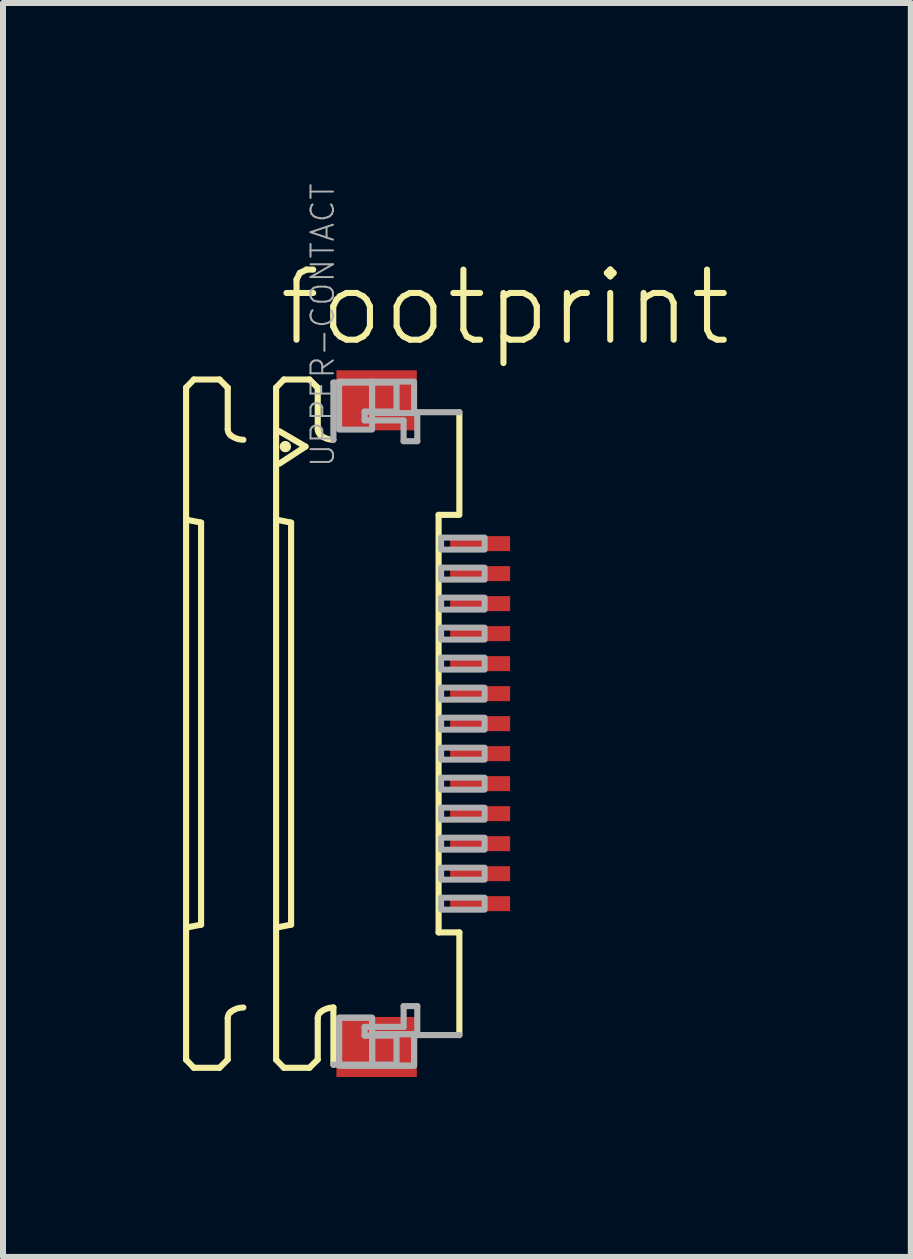
<source format=kicad_pcb>
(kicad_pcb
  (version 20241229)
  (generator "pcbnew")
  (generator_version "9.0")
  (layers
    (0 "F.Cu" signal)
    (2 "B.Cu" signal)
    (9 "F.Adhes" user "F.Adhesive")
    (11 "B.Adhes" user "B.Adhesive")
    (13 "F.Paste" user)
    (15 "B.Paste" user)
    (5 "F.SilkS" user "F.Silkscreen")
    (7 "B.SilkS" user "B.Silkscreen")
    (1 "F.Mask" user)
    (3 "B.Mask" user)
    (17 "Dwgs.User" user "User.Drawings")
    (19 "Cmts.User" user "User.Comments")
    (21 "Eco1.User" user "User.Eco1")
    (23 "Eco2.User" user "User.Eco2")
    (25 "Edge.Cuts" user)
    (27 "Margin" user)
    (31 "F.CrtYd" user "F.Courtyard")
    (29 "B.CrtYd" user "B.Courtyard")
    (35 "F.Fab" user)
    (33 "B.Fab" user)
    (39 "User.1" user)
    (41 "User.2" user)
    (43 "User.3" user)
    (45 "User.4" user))
  (footprint "footprint"
    (layer "F.Cu")
    (at 3.046 9.009)
    (property "Reference" "footprint" (at -1.5 -6.25 0) (layer "F.SilkS") (effects (font (size 1.168 1.168) (thickness 0.102)) (justify left bottom)))
    (fp_poly (pts (xy 1.355 -2.825) (xy 2.455 -2.825) (xy 2.455 -3.175) (xy 1.355 -3.175)) (stroke (width 0) (type solid)) (fill yes) (layer "F.Mask"))
    (fp_poly (pts (xy 1.355 -2.325) (xy 2.455 -2.325) (xy 2.455 -2.675) (xy 1.355 -2.675)) (stroke (width 0) (type solid)) (fill yes) (layer "F.Mask"))
    (fp_poly (pts (xy 1.355 -1.825) (xy 2.455 -1.825) (xy 2.455 -2.175) (xy 1.355 -2.175)) (stroke (width 0) (type solid)) (fill yes) (layer "F.Mask"))
    (fp_poly (pts (xy 1.355 -1.325) (xy 2.455 -1.325) (xy 2.455 -1.675) (xy 1.355 -1.675)) (stroke (width 0) (type solid)) (fill yes) (layer "F.Mask"))
    (fp_poly (pts (xy 1.355 -0.825) (xy 2.455 -0.825) (xy 2.455 -1.175) (xy 1.355 -1.175)) (stroke (width 0) (type solid)) (fill yes) (layer "F.Mask"))
    (fp_poly (pts (xy 1.355 -0.325) (xy 2.455 -0.325) (xy 2.455 -0.675) (xy 1.355 -0.675)) (stroke (width 0) (type solid)) (fill yes) (layer "F.Mask"))
    (fp_poly (pts (xy 1.355 0.175) (xy 2.455 0.175) (xy 2.455 -0.175) (xy 1.355 -0.175)) (stroke (width 0) (type solid)) (fill yes) (layer "F.Mask"))
    (fp_poly (pts (xy 1.355 0.675) (xy 2.455 0.675) (xy 2.455 0.325) (xy 1.355 0.325)) (stroke (width 0) (type solid)) (fill yes) (layer "F.Mask"))
    (fp_poly (pts (xy 1.355 1.175) (xy 2.455 1.175) (xy 2.455 0.825) (xy 1.355 0.825)) (stroke (width 0) (type solid)) (fill yes) (layer "F.Mask"))
    (fp_poly (pts (xy 1.355 1.675) (xy 2.455 1.675) (xy 2.455 1.325) (xy 1.355 1.325)) (stroke (width 0) (type solid)) (fill yes) (layer "F.Mask"))
    (fp_poly (pts (xy 1.355 2.175) (xy 2.455 2.175) (xy 2.455 1.825) (xy 1.355 1.825)) (stroke (width 0) (type solid)) (fill yes) (layer "F.Mask"))
    (fp_poly (pts (xy 1.355 2.675) (xy 2.455 2.675) (xy 2.455 2.325) (xy 1.355 2.325)) (stroke (width 0) (type solid)) (fill yes) (layer "F.Mask"))
    (fp_poly (pts (xy 1.355 3.175) (xy 2.455 3.175) (xy 2.455 2.825) (xy 1.355 2.825)) (stroke (width 0) (type solid)) (fill yes) (layer "F.Mask"))
    (fp_line (start -2.995 -5.6) (end -2.865 -5.735) (stroke (width 0.102) (type solid)) (layer "F.SilkS"))
    (fp_line (start -2.995 -3.4) (end -2.745 -3.35) (stroke (width 0.102) (type solid)) (layer "F.SilkS"))
    (fp_line (start -2.995 5.6) (end -2.995 -5.6) (stroke (width 0.102) (type solid)) (layer "F.SilkS"))
    (fp_line (start -2.995 5.6) (end -2.865 5.735) (stroke (width 0.102) (type solid)) (layer "F.SilkS"))
    (fp_line (start -2.865 -5.735) (end -2.438 -5.735) (stroke (width 0.102) (type solid)) (layer "F.SilkS"))
    (fp_line (start -2.865 5.735) (end -2.438 5.735) (stroke (width 0.102) (type solid)) (layer "F.SilkS"))
    (fp_line (start -2.745 3.35) (end -2.995 3.4) (stroke (width 0.102) (type solid)) (layer "F.SilkS"))
    (fp_line (start -2.745 3.35) (end -2.745 -3.35) (stroke (width 0.102) (type solid)) (layer "F.SilkS"))
    (fp_line (start -2.438 -5.735) (end -2.301 -5.598) (stroke (width 0.102) (type solid)) (layer "F.SilkS"))
    (fp_line (start -2.438 5.735) (end -2.301 5.598) (stroke (width 0.102) (type solid)) (layer "F.SilkS"))
    (fp_line (start -2.301 -5.598) (end -2.301 -4.906) (stroke (width 0.102) (type solid)) (layer "F.SilkS"))
    (fp_line (start -2.301 5.598) (end -2.301 4.906) (stroke (width 0.102) (type solid)) (layer "F.SilkS"))
    (fp_line (start -1.495 -5.6) (end -1.365 -5.735) (stroke (width 0.102) (type solid)) (layer "F.SilkS"))
    (fp_line (start -1.495 -3.4) (end -1.245 -3.35) (stroke (width 0.102) (type solid)) (layer "F.SilkS"))
    (fp_line (start -1.495 5.6) (end -1.495 -5.6) (stroke (width 0.102) (type solid)) (layer "F.SilkS"))
    (fp_line (start -1.495 5.6) (end -1.365 5.735) (stroke (width 0.102) (type solid)) (layer "F.SilkS"))
    (fp_line (start -1.441 -4.873) (end -1.005 -4.617) (stroke (width 0.102) (type solid)) (layer "F.SilkS"))
    (fp_line (start -1.365 -5.735) (end -0.939 -5.735) (stroke (width 0.102) (type solid)) (layer "F.SilkS"))
    (fp_line (start -1.365 5.735) (end -0.939 5.735) (stroke (width 0.102) (type solid)) (layer "F.SilkS"))
    (fp_line (start -1.245 3.35) (end -1.495 3.4) (stroke (width 0.102) (type solid)) (layer "F.SilkS"))
    (fp_line (start -1.245 3.35) (end -1.245 -3.35) (stroke (width 0.102) (type solid)) (layer "F.SilkS"))
    (fp_line (start -1.005 -4.617) (end -1.441 -4.332) (stroke (width 0.102) (type solid)) (layer "F.SilkS"))
    (fp_line (start -0.939 -5.735) (end -0.801 -5.598) (stroke (width 0.102) (type solid)) (layer "F.SilkS"))
    (fp_line (start -0.939 5.735) (end -0.801 5.598) (stroke (width 0.102) (type solid)) (layer "F.SilkS"))
    (fp_line (start -0.801 -5.598) (end -0.801 -4.906) (stroke (width 0.102) (type solid)) (layer "F.SilkS"))
    (fp_line (start -0.801 5.598) (end -0.801 4.906) (stroke (width 0.102) (type solid)) (layer "F.SilkS"))
    (fp_line (start -0.54 4.73) (end -0.54 5.683) (stroke (width 0.102) (type solid)) (layer "F.SilkS"))
    (fp_line (start 1.213 3.479) (end 1.213 -3.479) (stroke (width 0.102) (type solid)) (layer "F.SilkS"))
    (fp_line (start 1.538 -3.479) (end 1.213 -3.479) (stroke (width 0.102) (type solid)) (layer "F.SilkS"))
    (fp_line (start 1.559 -5.19) (end 1.559 -3.479) (stroke (width 0.102) (type solid)) (layer "F.SilkS"))
    (fp_line (start 1.559 3.479) (end 1.213 3.479) (stroke (width 0.102) (type solid)) (layer "F.SilkS"))
    (fp_line (start 1.559 5.19) (end 1.559 3.479) (stroke (width 0.102) (type solid)) (layer "F.SilkS"))
    (fp_arc (start -2.301 4.9057) (mid -2.288538 4.850596) (end -2.2536 4.806199) (stroke (width 0.1016) (type solid)) (layer "F.SilkS"))
    (fp_arc (start -2.2536 -4.806199) (mid -2.288538 -4.850596) (end -2.301 -4.9057) (stroke (width 0.1016) (type solid)) (layer "F.SilkS"))
    (fp_arc (start -2.2536 4.8062) (mid -2.153476 4.749935) (end -2.0403 4.730399) (stroke (width 0.1016) (type solid)) (layer "F.SilkS"))
    (fp_arc (start -2.0403 -4.730399) (mid -2.153476 -4.749935) (end -2.2536 -4.8062) (stroke (width 0.1016) (type solid)) (layer "F.SilkS"))
    (fp_arc (start -0.801 4.9057) (mid -0.788538 4.850596) (end -0.7536 4.806199) (stroke (width 0.1016) (type solid)) (layer "F.SilkS"))
    (fp_arc (start -0.7536 -4.806199) (mid -0.788538 -4.850596) (end -0.801 -4.9057) (stroke (width 0.1016) (type solid)) (layer "F.SilkS"))
    (fp_arc (start -0.7536 4.8062) (mid -0.653476 4.749935) (end -0.5403 4.730399) (stroke (width 0.1016) (type solid)) (layer "F.SilkS"))
    (fp_arc (start -0.5403 -4.730399) (mid -0.653476 -4.749935) (end -0.7536 -4.8062) (stroke (width 0.1016) (type solid)) (layer "F.SilkS"))
    (fp_circle (center -1.341 -4.617) (end -1.294 -4.617) (stroke (width 0.095) (type solid)) (fill yes) (layer "F.SilkS"))
    (fp_line (start -0.54 -5.683) (end 0.512 -5.683) (stroke (width 0.102) (type solid)) (layer "F.Fab"))
    (fp_line (start -0.54 -4.73) (end -0.54 -5.683) (stroke (width 0.102) (type solid)) (layer "F.Fab"))
    (fp_line (start -0.54 5.683) (end 0.512 5.683) (stroke (width 0.102) (type solid)) (layer "F.Fab"))
    (fp_line (start -0.019 -5.2) (end -0.019 -5.053) (stroke (width 0.102) (type solid)) (layer "F.Fab"))
    (fp_line (start -0.019 -5.053) (end 0.63 -5.053) (stroke (width 0.102) (type solid)) (layer "F.Fab"))
    (fp_line (start -0.019 5.053) (end 0.63 5.053) (stroke (width 0.102) (type solid)) (layer "F.Fab"))
    (fp_line (start -0.019 5.2) (end -0.019 5.053) (stroke (width 0.102) (type solid)) (layer "F.Fab"))
    (fp_line (start 0.512 -5.683) (end 0.512 -5.2) (stroke (width 0.102) (type solid)) (layer "F.Fab"))
    (fp_line (start 0.512 -5.2) (end -0.019 -5.2) (stroke (width 0.102) (type solid)) (layer "F.Fab"))
    (fp_line (start 0.512 5.2) (end -0.019 5.2) (stroke (width 0.102) (type solid)) (layer "F.Fab"))
    (fp_line (start 0.512 5.683) (end 0.512 5.2) (stroke (width 0.102) (type solid)) (layer "F.Fab"))
    (fp_line (start 0.63 -5.053) (end 0.63 -4.707) (stroke (width 0.102) (type solid)) (layer "F.Fab"))
    (fp_line (start 0.63 -4.707) (end 0.858 -4.707) (stroke (width 0.102) (type solid)) (layer "F.Fab"))
    (fp_line (start 0.63 4.707) (end 0.858 4.707) (stroke (width 0.102) (type solid)) (layer "F.Fab"))
    (fp_line (start 0.63 5.053) (end 0.63 4.707) (stroke (width 0.102) (type solid)) (layer "F.Fab"))
    (fp_line (start 0.858 -5.19) (end 1.559 -5.19) (stroke (width 0.102) (type solid)) (layer "F.Fab"))
    (fp_line (start 0.858 -4.707) (end 0.858 -5.19) (stroke (width 0.102) (type solid)) (layer "F.Fab"))
    (fp_line (start 0.858 4.707) (end 0.858 5.19) (stroke (width 0.102) (type solid)) (layer "F.Fab"))
    (fp_line (start 0.858 5.19) (end 1.559 5.19) (stroke (width 0.102) (type solid)) (layer "F.Fab"))
    (fp_poly (pts (xy -0.445 -4.9) (xy 0.105 -4.9) (xy 0.105 -5.7) (xy -0.445 -5.7)) (stroke (width 0.1) (type solid)) (fill no) (layer "F.Fab"))
    (fp_poly (pts (xy -0.445 5.7) (xy 0.105 5.7) (xy 0.105 4.9) (xy -0.445 4.9)) (stroke (width 0.1) (type solid)) (fill no) (layer "F.Fab"))
    (fp_poly (pts (xy -0.445 5.7) (xy 0.105 5.7) (xy 0.105 4.9) (xy -0.445 4.9)) (stroke (width 0.1) (type solid)) (fill no) (layer "F.Fab"))
    (fp_poly (pts (xy 0.105 -5.175) (xy 0.805 -5.175) (xy 0.805 -5.7) (xy 0.105 -5.7)) (stroke (width 0.1) (type solid)) (fill no) (layer "F.Fab"))
    (fp_poly (pts (xy 0.105 5.7) (xy 0.805 5.7) (xy 0.805 5.175) (xy 0.105 5.175)) (stroke (width 0.1) (type solid)) (fill no) (layer "F.Fab"))
    (fp_poly (pts (xy 0.105 5.7) (xy 0.805 5.7) (xy 0.805 5.175) (xy 0.105 5.175)) (stroke (width 0.1) (type solid)) (fill no) (layer "F.Fab"))
    (fp_poly (pts (xy 1.255 -2.9) (xy 1.98 -2.9) (xy 1.98 -3.1) (xy 1.255 -3.1)) (stroke (width 0.1) (type solid)) (fill no) (layer "F.Fab"))
    (fp_poly (pts (xy 1.255 -2.4) (xy 1.98 -2.4) (xy 1.98 -2.6) (xy 1.255 -2.6)) (stroke (width 0.1) (type solid)) (fill no) (layer "F.Fab"))
    (fp_poly (pts (xy 1.255 -1.9) (xy 1.98 -1.9) (xy 1.98 -2.1) (xy 1.255 -2.1)) (stroke (width 0.1) (type solid)) (fill no) (layer "F.Fab"))
    (fp_poly (pts (xy 1.255 -1.4) (xy 1.98 -1.4) (xy 1.98 -1.6) (xy 1.255 -1.6)) (stroke (width 0.1) (type solid)) (fill no) (layer "F.Fab"))
    (fp_poly (pts (xy 1.255 -0.9) (xy 1.98 -0.9) (xy 1.98 -1.1) (xy 1.255 -1.1)) (stroke (width 0.1) (type solid)) (fill no) (layer "F.Fab"))
    (fp_poly (pts (xy 1.255 -0.4) (xy 1.98 -0.4) (xy 1.98 -0.6) (xy 1.255 -0.6)) (stroke (width 0.1) (type solid)) (fill no) (layer "F.Fab"))
    (fp_poly (pts (xy 1.255 0.1) (xy 1.98 0.1) (xy 1.98 -0.1) (xy 1.255 -0.1)) (stroke (width 0.1) (type solid)) (fill no) (layer "F.Fab"))
    (fp_poly (pts (xy 1.255 0.6) (xy 1.98 0.6) (xy 1.98 0.4) (xy 1.255 0.4)) (stroke (width 0.1) (type solid)) (fill no) (layer "F.Fab"))
    (fp_poly (pts (xy 1.255 1.1) (xy 1.98 1.1) (xy 1.98 0.9) (xy 1.255 0.9)) (stroke (width 0.1) (type solid)) (fill no) (layer "F.Fab"))
    (fp_poly (pts (xy 1.255 1.6) (xy 1.98 1.6) (xy 1.98 1.4) (xy 1.255 1.4)) (stroke (width 0.1) (type solid)) (fill no) (layer "F.Fab"))
    (fp_poly (pts (xy 1.255 2.1) (xy 1.98 2.1) (xy 1.98 1.9) (xy 1.255 1.9)) (stroke (width 0.1) (type solid)) (fill no) (layer "F.Fab"))
    (fp_poly (pts (xy 1.255 2.6) (xy 1.98 2.6) (xy 1.98 2.4) (xy 1.255 2.4)) (stroke (width 0.1) (type solid)) (fill no) (layer "F.Fab"))
    (fp_poly (pts (xy 1.255 3.1) (xy 1.98 3.1) (xy 1.98 2.9) (xy 1.255 2.9)) (stroke (width 0.1) (type solid)) (fill no) (layer "F.Fab"))
    (fp_text user "UPPER-CONTACT" (at -0.5 -4.25 270) (layer "F.Fab") (effects (font (size 0.374 0.374) (thickness 0.033)) (justify left bottom)))
    (pad "1" smd rect (at 1.905 -3) (size 1 0.25) (layers "F.Cu" "F.Paste"))
    (pad "2" smd rect (at 1.905 -2.5) (size 1 0.25) (layers "F.Cu" "F.Paste"))
    (pad "3" smd rect (at 1.905 -2) (size 1 0.25) (layers "F.Cu" "F.Paste"))
    (pad "4" smd rect (at 1.905 -1.5) (size 1 0.25) (layers "F.Cu" "F.Paste"))
    (pad "5" smd rect (at 1.905 -1) (size 1 0.25) (layers "F.Cu" "F.Paste"))
    (pad "6" smd rect (at 1.905 -0.5) (size 1 0.25) (layers "F.Cu" "F.Paste"))
    (pad "7" smd rect (at 1.905 0) (size 1 0.25) (layers "F.Cu" "F.Paste"))
    (pad "8" smd rect (at 1.905 0.5) (size 1 0.25) (layers "F.Cu" "F.Paste"))
    (pad "9" smd rect (at 1.905 1) (size 1 0.25) (layers "F.Cu" "F.Paste"))
    (pad "10" smd rect (at 1.905 1.5) (size 1 0.25) (layers "F.Cu" "F.Paste"))
    (pad "11" smd rect (at 1.905 2) (size 1 0.25) (layers "F.Cu" "F.Paste"))
    (pad "12" smd rect (at 1.905 2.5) (size 1 0.25) (layers "F.Cu" "F.Paste"))
    (pad "13" smd rect (at 1.905 3) (size 1 0.25) (layers "F.Cu" "F.Paste"))
    (pad "M1" smd rect (at 0.18 -5.388) (size 1.34 1) (layers "F.Cu" "F.Mask" "F.Paste"))
    (pad "M2" smd rect (at 0.18 5.388) (size 1.34 1) (layers "F.Cu" "F.Mask" "F.Paste")))
  (gr_rect
    (start -3 -3)
    (end 12.128 17.896)
    (stroke (width 0.1) (type default))
    (fill no)
    (layer "Edge.Cuts")))
</source>
